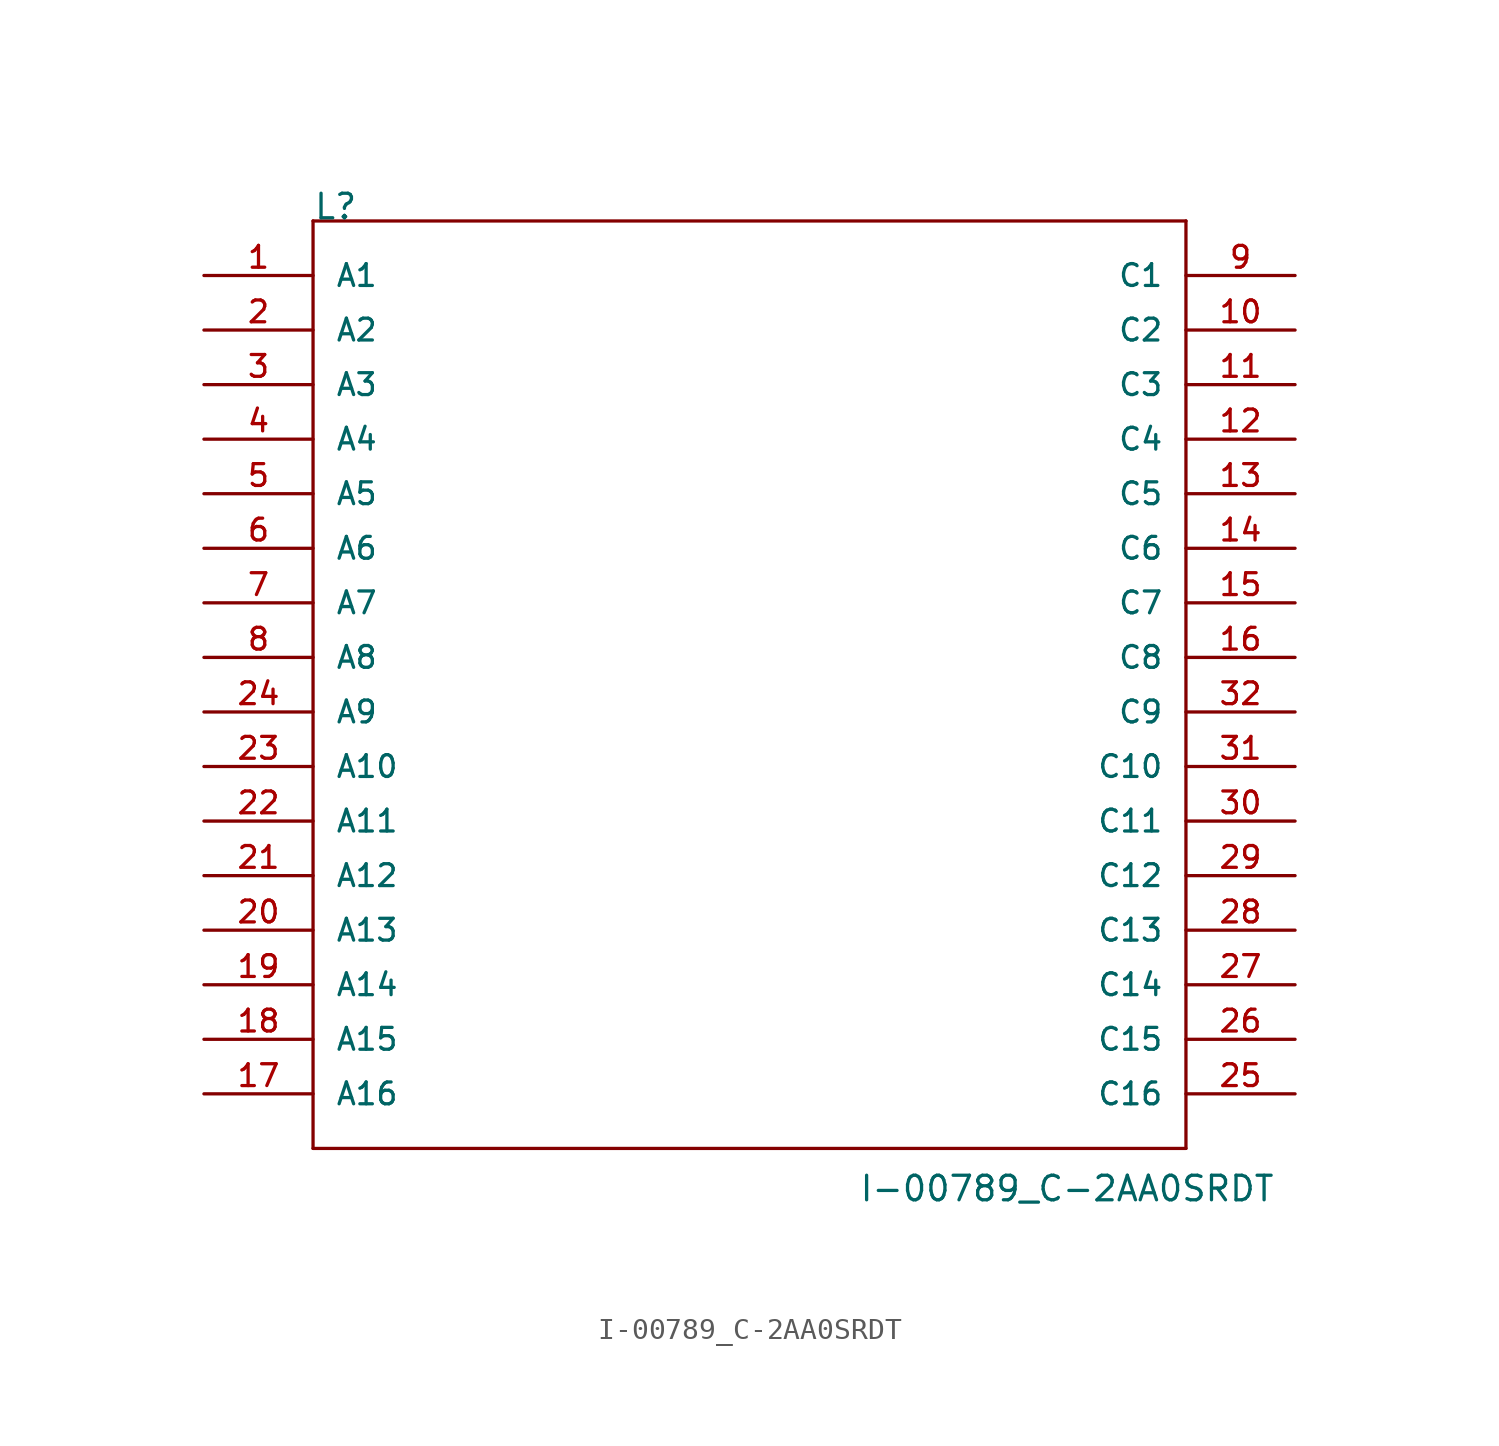
<source format=kicad_sym>
(kicad_symbol_lib
  (version 20211014)
  (generator kicad_symbol_editor)
  (symbol "I-00789_C-2AA0SRDT"
    (pin_names
      (offset 1.016))
    (property "Reference" "L"
      (at 0 15.24 0)
      (effects (font (size 1.143 1.143)) (justify left bottom)))
    (property "Value" "I-00789_C-2AA0SRDT"
      (at 25.4 -30.48 0)
      (effects (font (size 1.143 1.143)) (justify left bottom)))
    (property "ki_locked" ""
      (at 0 0 0)
      (effects (font (size 1.27 1.27))))
    (symbol "I-00789_C-2AA0SRDT_1_0"
      (polyline (pts (xy 0 -27.94) (xy 0 15.24)) (stroke (width 0) (type default) (color 0 0 0 0)) (fill (type none)))
      (polyline (pts (xy 0 15.24) (xy 40.64 15.24)) (stroke (width 0) (type default) (color 0 0 0 0)) (fill (type none)))
      (polyline (pts (xy 40.64 -27.94) (xy 0 -27.94)) (stroke (width 0) (type default) (color 0 0 0 0)) (fill (type none)))
      (polyline (pts (xy 40.64 15.24) (xy 40.64 -27.94)) (stroke (width 0) (type default) (color 0 0 0 0)) (fill (type none))))
    (symbol "I-00789_C-2AA0SRDT_1_1"
      (pin bidirectional line (at -5.08 12.7 0) (length 5.08) (name "A1" (effects (font (size 1.016 1.016)))) (number "1" (effects (font (size 1.016 1.016)))))
      (pin bidirectional line (at 45.72 10.16 180) (length 5.08) (name "C2" (effects (font (size 1.016 1.016)))) (number "10" (effects (font (size 1.016 1.016)))))
      (pin bidirectional line (at 45.72 7.62 180) (length 5.08) (name "C3" (effects (font (size 1.016 1.016)))) (number "11" (effects (font (size 1.016 1.016)))))
      (pin bidirectional line (at 45.72 5.08 180) (length 5.08) (name "C4" (effects (font (size 1.016 1.016)))) (number "12" (effects (font (size 1.016 1.016)))))
      (pin bidirectional line (at 45.72 2.54 180) (length 5.08) (name "C5" (effects (font (size 1.016 1.016)))) (number "13" (effects (font (size 1.016 1.016)))))
      (pin bidirectional line (at 45.72 0 180) (length 5.08) (name "C6" (effects (font (size 1.016 1.016)))) (number "14" (effects (font (size 1.016 1.016)))))
      (pin bidirectional line (at 45.72 -2.54 180) (length 5.08) (name "C7" (effects (font (size 1.016 1.016)))) (number "15" (effects (font (size 1.016 1.016)))))
      (pin bidirectional line (at 45.72 -5.08 180) (length 5.08) (name "C8" (effects (font (size 1.016 1.016)))) (number "16" (effects (font (size 1.016 1.016)))))
      (pin bidirectional line (at -5.08 -25.4 0) (length 5.08) (name "A16" (effects (font (size 1.016 1.016)))) (number "17" (effects (font (size 1.016 1.016)))))
      (pin bidirectional line (at -5.08 -22.86 0) (length 5.08) (name "A15" (effects (font (size 1.016 1.016)))) (number "18" (effects (font (size 1.016 1.016)))))
      (pin bidirectional line (at -5.08 -20.32 0) (length 5.08) (name "A14" (effects (font (size 1.016 1.016)))) (number "19" (effects (font (size 1.016 1.016)))))
      (pin bidirectional line (at -5.08 10.16 0) (length 5.08) (name "A2" (effects (font (size 1.016 1.016)))) (number "2" (effects (font (size 1.016 1.016)))))
      (pin bidirectional line (at -5.08 -17.78 0) (length 5.08) (name "A13" (effects (font (size 1.016 1.016)))) (number "20" (effects (font (size 1.016 1.016)))))
      (pin bidirectional line (at -5.08 -15.24 0) (length 5.08) (name "A12" (effects (font (size 1.016 1.016)))) (number "21" (effects (font (size 1.016 1.016)))))
      (pin bidirectional line (at -5.08 -12.7 0) (length 5.08) (name "A11" (effects (font (size 1.016 1.016)))) (number "22" (effects (font (size 1.016 1.016)))))
      (pin bidirectional line (at -5.08 -10.16 0) (length 5.08) (name "A10" (effects (font (size 1.016 1.016)))) (number "23" (effects (font (size 1.016 1.016)))))
      (pin bidirectional line (at -5.08 -7.62 0) (length 5.08) (name "A9" (effects (font (size 1.016 1.016)))) (number "24" (effects (font (size 1.016 1.016)))))
      (pin bidirectional line (at 45.72 -25.4 180) (length 5.08) (name "C16" (effects (font (size 1.016 1.016)))) (number "25" (effects (font (size 1.016 1.016)))))
      (pin bidirectional line (at 45.72 -22.86 180) (length 5.08) (name "C15" (effects (font (size 1.016 1.016)))) (number "26" (effects (font (size 1.016 1.016)))))
      (pin bidirectional line (at 45.72 -20.32 180) (length 5.08) (name "C14" (effects (font (size 1.016 1.016)))) (number "27" (effects (font (size 1.016 1.016)))))
      (pin bidirectional line (at 45.72 -17.78 180) (length 5.08) (name "C13" (effects (font (size 1.016 1.016)))) (number "28" (effects (font (size 1.016 1.016)))))
      (pin bidirectional line (at 45.72 -15.24 180) (length 5.08) (name "C12" (effects (font (size 1.016 1.016)))) (number "29" (effects (font (size 1.016 1.016)))))
      (pin bidirectional line (at -5.08 7.62 0) (length 5.08) (name "A3" (effects (font (size 1.016 1.016)))) (number "3" (effects (font (size 1.016 1.016)))))
      (pin bidirectional line (at 45.72 -12.7 180) (length 5.08) (name "C11" (effects (font (size 1.016 1.016)))) (number "30" (effects (font (size 1.016 1.016)))))
      (pin bidirectional line (at 45.72 -10.16 180) (length 5.08) (name "C10" (effects (font (size 1.016 1.016)))) (number "31" (effects (font (size 1.016 1.016)))))
      (pin bidirectional line (at 45.72 -7.62 180) (length 5.08) (name "C9" (effects (font (size 1.016 1.016)))) (number "32" (effects (font (size 1.016 1.016)))))
      (pin bidirectional line (at -5.08 5.08 0) (length 5.08) (name "A4" (effects (font (size 1.016 1.016)))) (number "4" (effects (font (size 1.016 1.016)))))
      (pin bidirectional line (at -5.08 2.54 0) (length 5.08) (name "A5" (effects (font (size 1.016 1.016)))) (number "5" (effects (font (size 1.016 1.016)))))
      (pin bidirectional line (at -5.08 0 0) (length 5.08) (name "A6" (effects (font (size 1.016 1.016)))) (number "6" (effects (font (size 1.016 1.016)))))
      (pin bidirectional line (at -5.08 -2.54 0) (length 5.08) (name "A7" (effects (font (size 1.016 1.016)))) (number "7" (effects (font (size 1.016 1.016)))))
      (pin bidirectional line (at -5.08 -5.08 0) (length 5.08) (name "A8" (effects (font (size 1.016 1.016)))) (number "8" (effects (font (size 1.016 1.016)))))
      (pin bidirectional line (at 45.72 12.7 180) (length 5.08) (name "C1" (effects (font (size 1.016 1.016)))) (number "9" (effects (font (size 1.016 1.016))))))))
</source>
